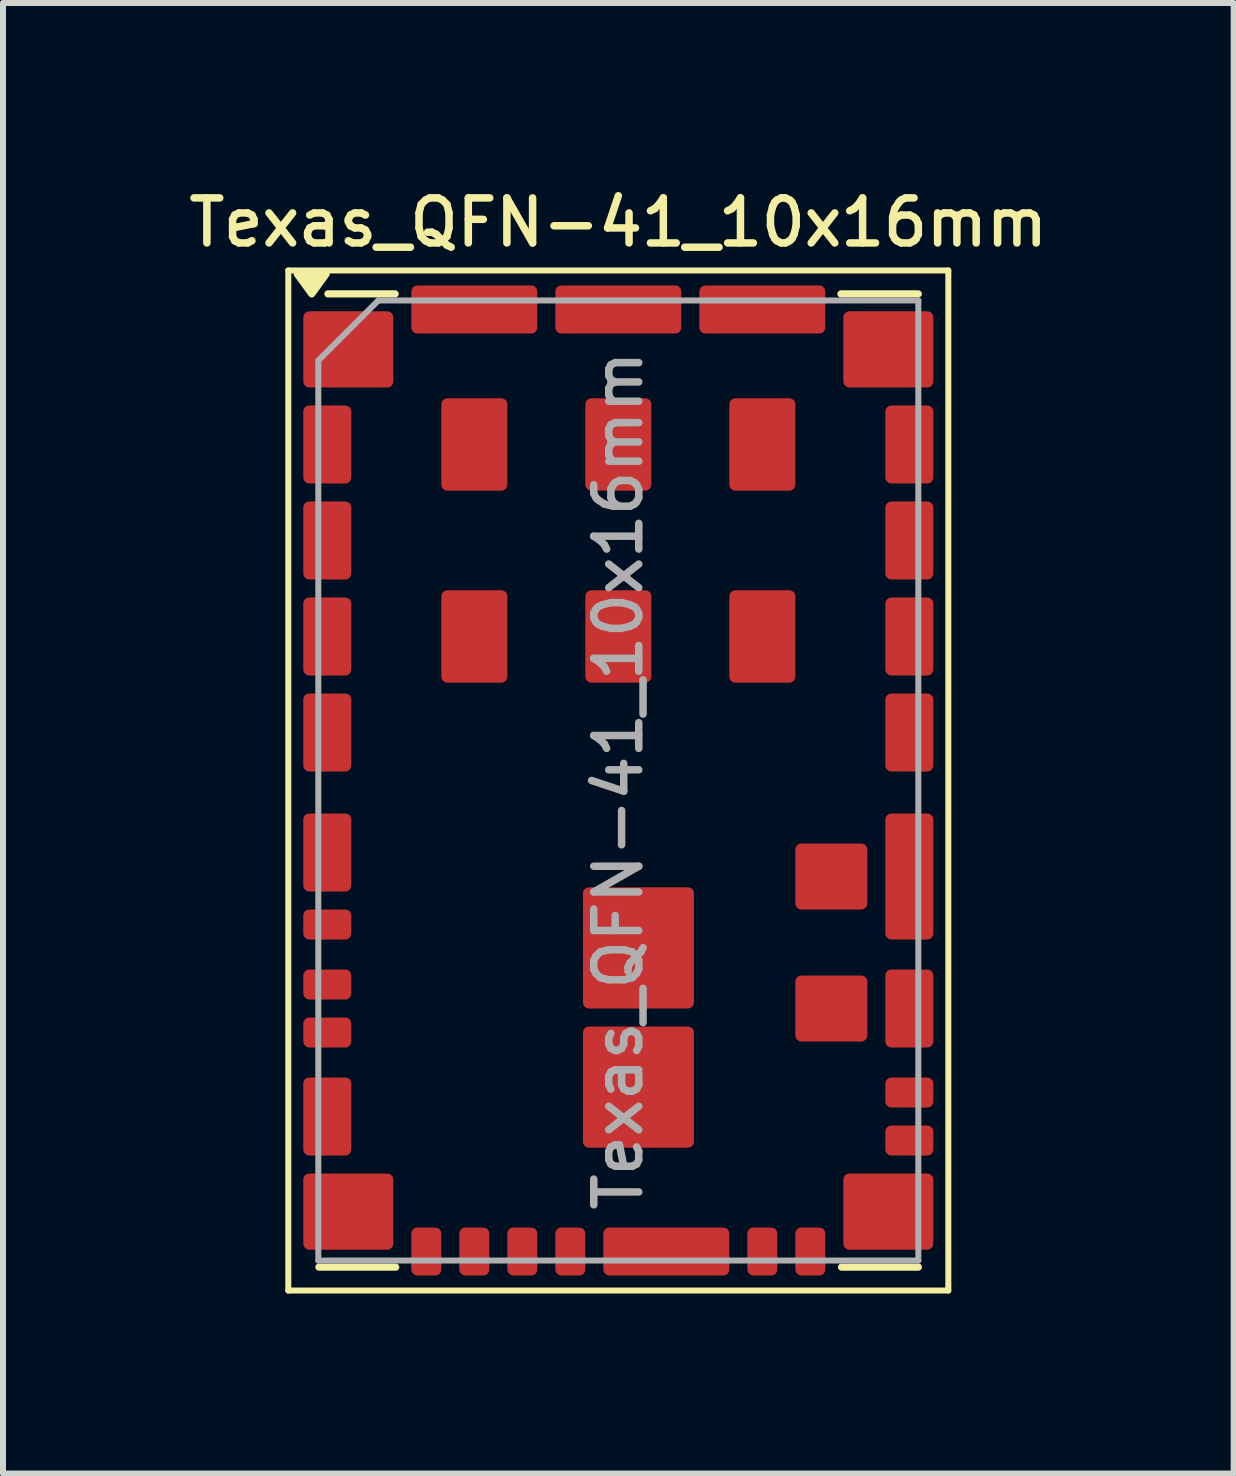
<source format=kicad_pcb>
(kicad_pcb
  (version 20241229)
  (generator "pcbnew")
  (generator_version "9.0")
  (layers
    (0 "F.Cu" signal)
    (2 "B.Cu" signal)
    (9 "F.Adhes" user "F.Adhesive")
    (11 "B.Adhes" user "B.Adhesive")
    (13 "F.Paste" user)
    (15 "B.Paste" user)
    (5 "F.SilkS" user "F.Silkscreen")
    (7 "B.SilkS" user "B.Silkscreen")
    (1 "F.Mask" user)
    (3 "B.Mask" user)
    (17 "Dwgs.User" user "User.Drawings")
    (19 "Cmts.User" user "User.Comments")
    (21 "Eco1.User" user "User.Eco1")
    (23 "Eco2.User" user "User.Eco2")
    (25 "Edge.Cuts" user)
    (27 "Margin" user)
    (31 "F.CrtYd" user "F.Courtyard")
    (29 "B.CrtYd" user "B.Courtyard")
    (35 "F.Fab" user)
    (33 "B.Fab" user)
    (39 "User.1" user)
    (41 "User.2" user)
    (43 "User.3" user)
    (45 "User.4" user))
  (footprint "Texas_QFN-41_10x16mm"
    (layer "F.Cu")
    (at 7.255 9.958)
    (property "Reference" "Texas_QFN-41_10x16mm" (at 0 -9.3 0) (layer "F.SilkS") (effects (font (size 0.75 0.75) (thickness 0.125))))
    (attr smd)
    (fp_line (start -5.5 -8.5) (end -5.5 8.5) (stroke (width 0.1) (type solid)) (layer "F.SilkS"))
    (fp_line (start -5.5 8.5) (end 5.5 8.5) (stroke (width 0.1) (type solid)) (layer "F.SilkS"))
    (fp_line (start -3.72 -8.11) (end -4.84 -8.11) (stroke (width 0.12) (type solid)) (layer "F.SilkS"))
    (fp_line (start -3.71 8.11) (end -4.99 8.11) (stroke (width 0.12) (type solid)) (layer "F.SilkS"))
    (fp_line (start 5 -8.11) (end 3.71 -8.11) (stroke (width 0.12) (type solid)) (layer "F.SilkS"))
    (fp_line (start 5 8.11) (end 3.72 8.11) (stroke (width 0.12) (type solid)) (layer "F.SilkS"))
    (fp_line (start 5.5 -8.5) (end -5.5 -8.5) (stroke (width 0.1) (type solid)) (layer "F.SilkS"))
    (fp_line (start 5.5 8.5) (end 5.5 -8.5) (stroke (width 0.1) (type solid)) (layer "F.SilkS"))
    (fp_poly (pts (xy -5.11 -8.11) (xy -5.35 -8.44) (xy -4.87 -8.44) (xy -5.11 -8.11)) (stroke (width 0.12) (type solid)) (fill yes) (layer "F.SilkS"))
    (fp_line (start -5 -7) (end -5 8) (stroke (width 0.1) (type solid)) (layer "F.Fab"))
    (fp_line (start -5 -7) (end -4 -8) (stroke (width 0.1) (type solid)) (layer "F.Fab"))
    (fp_line (start -5 8) (end 5 8) (stroke (width 0.1) (type solid)) (layer "F.Fab"))
    (fp_line (start -4 -8) (end 5 -8) (stroke (width 0.1) (type solid)) (layer "F.Fab"))
    (fp_line (start 5 -8) (end 5 8) (stroke (width 0.1) (type solid)) (layer "F.Fab"))
    (fp_text user "${REFERENCE}" (at 0 0 90) (layer "F.Fab") (effects (font (size 0.75 0.75) (thickness 0.125))))
    (pad "" smd custom (at -4.635 -5.6) (size 0.27 0.6) (layers "F.Mask" "F.Paste") (options (anchor rect)) (primitives (gr_poly (pts (xy 0.035 0.5) (xy -0.465 0.5) (xy -0.465 0.3) (xy 0.035 0.3)) (width 0.2) (fill yes)) (gr_poly (pts (xy 0.035 -0.3) (xy -0.465 -0.3) (xy -0.465 -0.5) (xy 0.035 -0.5)) (width 0.2) (fill yes)) (gr_arc (start -0.035 0.1) (mid -0.093579 0.241421) (end -0.235 0.3) (width 0.2)) (gr_arc (start -0.235 -0.3) (mid -0.093579 -0.241421) (end -0.035 -0.1) (width 0.2))))
    (pad "" smd custom (at -4.635 -4) (size 0.27 0.6) (layers "F.Mask" "F.Paste") (options (anchor rect)) (primitives (gr_poly (pts (xy 0.035 0.5) (xy -0.465 0.5) (xy -0.465 0.3) (xy 0.035 0.3)) (width 0.2) (fill yes)) (gr_poly (pts (xy 0.035 -0.3) (xy -0.465 -0.3) (xy -0.465 -0.5) (xy 0.035 -0.5)) (width 0.2) (fill yes)) (gr_arc (start -0.035 0.1) (mid -0.093579 0.241421) (end -0.235 0.3) (width 0.2)) (gr_arc (start -0.235 -0.3) (mid -0.093579 -0.241421) (end -0.035 -0.1) (width 0.2))))
    (pad "" smd custom (at -4.635 -2.4) (size 0.27 0.6) (layers "F.Mask" "F.Paste") (options (anchor rect)) (primitives (gr_poly (pts (xy 0.035 0.5) (xy -0.465 0.5) (xy -0.465 0.3) (xy 0.035 0.3)) (width 0.2) (fill yes)) (gr_poly (pts (xy 0.035 -0.3) (xy -0.465 -0.3) (xy -0.465 -0.5) (xy 0.035 -0.5)) (width 0.2) (fill yes)) (gr_arc (start -0.035 0.1) (mid -0.093579 0.241421) (end -0.235 0.3) (width 0.2)) (gr_arc (start -0.235 -0.3) (mid -0.093579 -0.241421) (end -0.035 -0.1) (width 0.2))))
    (pad "" smd custom (at -4.635 -0.8) (size 0.27 0.6) (layers "F.Mask" "F.Paste") (options (anchor rect)) (primitives (gr_poly (pts (xy 0.035 0.5) (xy -0.465 0.5) (xy -0.465 0.3) (xy 0.035 0.3)) (width 0.2) (fill yes)) (gr_poly (pts (xy 0.035 -0.3) (xy -0.465 -0.3) (xy -0.465 -0.5) (xy 0.035 -0.5)) (width 0.2) (fill yes)) (gr_arc (start -0.035 0.1) (mid -0.093579 0.241421) (end -0.235 0.3) (width 0.2)) (gr_arc (start -0.235 -0.3) (mid -0.093579 -0.241421) (end -0.035 -0.1) (width 0.2))))
    (pad "" smd custom (at -4.635 1.2) (size 0.27 0.6) (layers "F.Mask" "F.Paste") (options (anchor rect)) (primitives (gr_poly (pts (xy 0.035 0.5) (xy -0.465 0.5) (xy -0.465 0.3) (xy 0.035 0.3)) (width 0.2) (fill yes)) (gr_poly (pts (xy 0.035 -0.3) (xy -0.465 -0.3) (xy -0.465 -0.5) (xy 0.035 -0.5)) (width 0.2) (fill yes)) (gr_arc (start -0.035 0.1) (mid -0.093579 0.241421) (end -0.235 0.3) (width 0.2)) (gr_arc (start -0.235 -0.3) (mid -0.093579 -0.241421) (end -0.035 -0.1) (width 0.2))))
    (pad "" smd custom (at -4.635 5.6) (size 0.27 0.6) (layers "F.Mask" "F.Paste") (options (anchor rect)) (primitives (gr_poly (pts (xy 0.035 0.5) (xy -0.465 0.5) (xy -0.465 0.3) (xy 0.035 0.3)) (width 0.2) (fill yes)) (gr_poly (pts (xy 0.035 -0.3) (xy -0.465 -0.3) (xy -0.465 -0.5) (xy 0.035 -0.5)) (width 0.2) (fill yes)) (gr_arc (start -0.035 0.1) (mid -0.093579 0.241421) (end -0.235 0.3) (width 0.2)) (gr_arc (start -0.235 -0.3) (mid -0.093579 -0.241421) (end -0.035 -0.1) (width 0.2))))
    (pad "" smd custom (at -4.285 -7.185) (size 0.87 0.87) (layers "F.Paste") (options (anchor rect)) (primitives (gr_poly (pts (xy 0.385 0.485) (xy -0.81 0.485) (xy -0.81 0.285) (xy -0.385 0.285) (xy -0.385 -0.375) (xy 0.385 -0.375)) (width 0.2) (fill yes)) (gr_arc (start -0.385 0.085) (mid -0.443579 0.226421) (end -0.585 0.285) (width 0.2))))
    (pad "" smd custom (at -4.285 -7.185) (size 0.87 1.07) (layers "F.Mask") (options (anchor rect)) (primitives (gr_poly (pts (xy 0.385 0.485) (xy -0.81 0.485) (xy -0.81 0.285) (xy -0.385 0.285) (xy -0.385 -0.485) (xy 0.385 -0.485)) (width 0.2) (fill yes)) (gr_arc (start -0.385 0.085) (mid -0.443579 0.226421) (end -0.585 0.285) (width 0.2))))
    (pad "" smd custom (at -4.285 7.185) (size 0.87 0.87) (layers "F.Paste") (options (anchor rect)) (primitives (gr_poly (pts (xy 0.385 0.375) (xy -0.385 0.375) (xy -0.385 -0.285) (xy -0.81 -0.285) (xy -0.81 -0.485) (xy 0.385 -0.485)) (width 0.2) (fill yes)) (gr_arc (start -0.585 -0.285) (mid -0.443579 -0.226421) (end -0.385 -0.085) (width 0.2))))
    (pad "" smd custom (at -4.285 7.185) (size 0.87 1.07) (layers "F.Mask") (options (anchor rect)) (primitives (gr_poly (pts (xy 0.385 0.485) (xy -0.385 0.485) (xy -0.385 -0.285) (xy -0.81 -0.285) (xy -0.81 -0.485) (xy 0.385 -0.485)) (width 0.2) (fill yes)) (gr_arc (start -0.585 -0.285) (mid -0.443579 -0.226421) (end -0.385 -0.085) (width 0.2))))
    (pad "" smd custom (at -2.4 -7.635 270) (size 0.27 1.6) (layers "F.Mask" "F.Paste") (options (anchor rect)) (primitives (gr_poly (pts (xy 0.035 0.1) (xy -0.465 0.1) (xy -0.465 -0.1) (xy 0.035 -0.1)) (width 0.2) (fill yes)) (gr_poly (pts (xy 0.035 -0.7) (xy -0.465 -0.7) (xy -0.465 -0.9) (xy 0.035 -0.9)) (width 0.2) (fill yes)) (gr_arc (start -0.035 -0.3) (mid -0.093579 -0.158579) (end -0.235 -0.1) (width 0.2)) (gr_arc (start -0.235 -0.7) (mid -0.093579 -0.641421) (end -0.035 -0.5) (width 0.2)) (gr_poly (pts (xy 0.035 0.9) (xy -0.465 0.9) (xy -0.465 0.7) (xy 0.035 0.7)) (width 0.2) (fill yes)) (gr_arc (start -0.235 0.1) (mid -0.093579 0.158579) (end -0.035 0.3) (width 0.2)) (gr_arc (start -0.035 0.5) (mid -0.093579 0.641421) (end -0.235 0.7) (width 0.2))))
    (pad "" smd custom (at 0 -7.635 270) (size 0.27 1.6) (layers "F.Mask" "F.Paste") (options (anchor rect)) (primitives (gr_poly (pts (xy 0.035 0.1) (xy -0.465 0.1) (xy -0.465 -0.1) (xy 0.035 -0.1)) (width 0.2) (fill yes)) (gr_poly (pts (xy 0.035 -0.7) (xy -0.465 -0.7) (xy -0.465 -0.9) (xy 0.035 -0.9)) (width 0.2) (fill yes)) (gr_arc (start -0.035 -0.3) (mid -0.093579 -0.158579) (end -0.235 -0.1) (width 0.2)) (gr_arc (start -0.235 -0.7) (mid -0.093579 -0.641421) (end -0.035 -0.5) (width 0.2)) (gr_poly (pts (xy 0.035 0.9) (xy -0.465 0.9) (xy -0.465 0.7) (xy 0.035 0.7)) (width 0.2) (fill yes)) (gr_arc (start -0.235 0.1) (mid -0.093579 0.158579) (end -0.035 0.3) (width 0.2)) (gr_arc (start -0.035 0.5) (mid -0.093579 0.641421) (end -0.235 0.7) (width 0.2))))
    (pad "" smd custom (at 0.8 7.635 90) (size 0.27 1.6) (layers "F.Mask" "F.Paste") (options (anchor rect)) (primitives (gr_poly (pts (xy 0.035 0.1) (xy -0.465 0.1) (xy -0.465 -0.1) (xy 0.035 -0.1)) (width 0.2) (fill yes)) (gr_poly (pts (xy 0.035 -0.7) (xy -0.465 -0.7) (xy -0.465 -0.9) (xy 0.035 -0.9)) (width 0.2) (fill yes)) (gr_arc (start -0.035 -0.3) (mid -0.093579 -0.158579) (end -0.235 -0.1) (width 0.2)) (gr_arc (start -0.235 -0.7) (mid -0.093579 -0.641421) (end -0.035 -0.5) (width 0.2)) (gr_poly (pts (xy 0.035 0.9) (xy -0.465 0.9) (xy -0.465 0.7) (xy 0.035 0.7)) (width 0.2) (fill yes)) (gr_arc (start -0.235 0.1) (mid -0.093579 0.158579) (end -0.035 0.3) (width 0.2)) (gr_arc (start -0.035 0.5) (mid -0.093579 0.641421) (end -0.235 0.7) (width 0.2))))
    (pad "" smd custom (at 2.4 -7.635 270) (size 0.27 1.6) (layers "F.Mask" "F.Paste") (options (anchor rect)) (primitives (gr_poly (pts (xy 0.035 0.1) (xy -0.465 0.1) (xy -0.465 -0.1) (xy 0.035 -0.1)) (width 0.2) (fill yes)) (gr_poly (pts (xy 0.035 -0.7) (xy -0.465 -0.7) (xy -0.465 -0.9) (xy 0.035 -0.9)) (width 0.2) (fill yes)) (gr_arc (start -0.035 -0.3) (mid -0.093579 -0.158579) (end -0.235 -0.1) (width 0.2)) (gr_arc (start -0.235 -0.7) (mid -0.093579 -0.641421) (end -0.035 -0.5) (width 0.2)) (gr_poly (pts (xy 0.035 0.9) (xy -0.465 0.9) (xy -0.465 0.7) (xy 0.035 0.7)) (width 0.2) (fill yes)) (gr_arc (start -0.235 0.1) (mid -0.093579 0.158579) (end -0.035 0.3) (width 0.2)) (gr_arc (start -0.035 0.5) (mid -0.093579 0.641421) (end -0.235 0.7) (width 0.2))))
    (pad "" smd custom (at 4.285 -7.185 180) (size 0.87 0.87) (layers "F.Paste") (options (anchor rect)) (primitives (gr_poly (pts (xy 0.385 0.375) (xy -0.385 0.375) (xy -0.385 -0.285) (xy -0.81 -0.285) (xy -0.81 -0.485) (xy 0.385 -0.485)) (width 0.2) (fill yes)) (gr_arc (start -0.585 -0.285) (mid -0.443579 -0.226421) (end -0.385 -0.085) (width 0.2))))
    (pad "" smd custom (at 4.285 -7.185 180) (size 0.87 1.07) (layers "F.Mask") (options (anchor rect)) (primitives (gr_poly (pts (xy 0.385 0.485) (xy -0.385 0.485) (xy -0.385 -0.285) (xy -0.81 -0.285) (xy -0.81 -0.485) (xy 0.385 -0.485)) (width 0.2) (fill yes)) (gr_arc (start -0.585 -0.285) (mid -0.443579 -0.226421) (end -0.385 -0.085) (width 0.2))))
    (pad "" smd custom (at 4.285 7.185 180) (size 0.87 0.87) (layers "F.Paste") (options (anchor rect)) (primitives (gr_poly (pts (xy 0.385 0.485) (xy -0.81 0.485) (xy -0.81 0.285) (xy -0.385 0.285) (xy -0.385 -0.375) (xy 0.385 -0.375)) (width 0.2) (fill yes)) (gr_arc (start -0.385 0.085) (mid -0.443579 0.226421) (end -0.585 0.285) (width 0.2))))
    (pad "" smd custom (at 4.285 7.185 180) (size 0.87 1.07) (layers "F.Mask") (options (anchor rect)) (primitives (gr_poly (pts (xy 0.385 0.485) (xy -0.81 0.485) (xy -0.81 0.285) (xy -0.385 0.285) (xy -0.385 -0.485) (xy 0.385 -0.485)) (width 0.2) (fill yes)) (gr_arc (start -0.385 0.085) (mid -0.443579 0.226421) (end -0.585 0.285) (width 0.2))))
    (pad "" smd custom (at 4.635 -5.6 180) (size 0.27 0.6) (layers "F.Mask" "F.Paste") (options (anchor rect)) (primitives (gr_poly (pts (xy 0.035 0.5) (xy -0.465 0.5) (xy -0.465 0.3) (xy 0.035 0.3)) (width 0.2) (fill yes)) (gr_poly (pts (xy 0.035 -0.3) (xy -0.465 -0.3) (xy -0.465 -0.5) (xy 0.035 -0.5)) (width 0.2) (fill yes)) (gr_arc (start -0.035 0.1) (mid -0.093579 0.241421) (end -0.235 0.3) (width 0.2)) (gr_arc (start -0.235 -0.3) (mid -0.093579 -0.241421) (end -0.035 -0.1) (width 0.2))))
    (pad "" smd custom (at 4.635 -4 180) (size 0.27 0.6) (layers "F.Mask" "F.Paste") (options (anchor rect)) (primitives (gr_poly (pts (xy 0.035 0.5) (xy -0.465 0.5) (xy -0.465 0.3) (xy 0.035 0.3)) (width 0.2) (fill yes)) (gr_poly (pts (xy 0.035 -0.3) (xy -0.465 -0.3) (xy -0.465 -0.5) (xy 0.035 -0.5)) (width 0.2) (fill yes)) (gr_arc (start -0.035 0.1) (mid -0.093579 0.241421) (end -0.235 0.3) (width 0.2)) (gr_arc (start -0.235 -0.3) (mid -0.093579 -0.241421) (end -0.035 -0.1) (width 0.2))))
    (pad "" smd custom (at 4.635 -2.4 180) (size 0.27 0.6) (layers "F.Mask" "F.Paste") (options (anchor rect)) (primitives (gr_poly (pts (xy 0.035 0.5) (xy -0.465 0.5) (xy -0.465 0.3) (xy 0.035 0.3)) (width 0.2) (fill yes)) (gr_poly (pts (xy 0.035 -0.3) (xy -0.465 -0.3) (xy -0.465 -0.5) (xy 0.035 -0.5)) (width 0.2) (fill yes)) (gr_arc (start -0.035 0.1) (mid -0.093579 0.241421) (end -0.235 0.3) (width 0.2)) (gr_arc (start -0.235 -0.3) (mid -0.093579 -0.241421) (end -0.035 -0.1) (width 0.2))))
    (pad "" smd custom (at 4.635 -0.8 180) (size 0.27 0.6) (layers "F.Mask" "F.Paste") (options (anchor rect)) (primitives (gr_poly (pts (xy 0.035 0.5) (xy -0.465 0.5) (xy -0.465 0.3) (xy 0.035 0.3)) (width 0.2) (fill yes)) (gr_poly (pts (xy 0.035 -0.3) (xy -0.465 -0.3) (xy -0.465 -0.5) (xy 0.035 -0.5)) (width 0.2) (fill yes)) (gr_arc (start -0.035 0.1) (mid -0.093579 0.241421) (end -0.235 0.3) (width 0.2)) (gr_arc (start -0.235 -0.3) (mid -0.093579 -0.241421) (end -0.035 -0.1) (width 0.2))))
    (pad "" smd custom (at 4.635 1.6 180) (size 0.27 1.6) (layers "F.Mask" "F.Paste") (options (anchor rect)) (primitives (gr_poly (pts (xy 0.035 0.1) (xy -0.465 0.1) (xy -0.465 -0.1) (xy 0.035 -0.1)) (width 0.2) (fill yes)) (gr_poly (pts (xy 0.035 -0.7) (xy -0.465 -0.7) (xy -0.465 -0.9) (xy 0.035 -0.9)) (width 0.2) (fill yes)) (gr_arc (start -0.035 -0.3) (mid -0.093579 -0.158579) (end -0.235 -0.1) (width 0.2)) (gr_arc (start -0.235 -0.7) (mid -0.093579 -0.641421) (end -0.035 -0.5) (width 0.2)) (gr_poly (pts (xy 0.035 0.9) (xy -0.465 0.9) (xy -0.465 0.7) (xy 0.035 0.7)) (width 0.2) (fill yes)) (gr_arc (start -0.235 0.1) (mid -0.093579 0.158579) (end -0.035 0.3) (width 0.2)) (gr_arc (start -0.035 0.5) (mid -0.093579 0.641421) (end -0.235 0.7) (width 0.2))))
    (pad "" smd custom (at 4.635 3.8 180) (size 0.27 0.6) (layers "F.Mask" "F.Paste") (options (anchor rect)) (primitives (gr_poly (pts (xy 0.035 0.5) (xy -0.465 0.5) (xy -0.465 0.3) (xy 0.035 0.3)) (width 0.2) (fill yes)) (gr_poly (pts (xy 0.035 -0.3) (xy -0.465 -0.3) (xy -0.465 -0.5) (xy 0.035 -0.5)) (width 0.2) (fill yes)) (gr_arc (start -0.035 0.1) (mid -0.093579 0.241421) (end -0.235 0.3) (width 0.2)) (gr_arc (start -0.235 -0.3) (mid -0.093579 -0.241421) (end -0.035 -0.1) (width 0.2))))
    (pad "1" smd roundrect (at -4.5 -7.185) (size 1.5 1.27) (layers "F.Cu") (roundrect_rratio 0.079))
    (pad "2" smd roundrect (at -4.85 -5.6) (size 0.8 1.3) (layers "F.Cu") (roundrect_rratio 0.125))
    (pad "3" smd roundrect (at -4.85 -4) (size 0.8 1.3) (layers "F.Cu") (roundrect_rratio 0.125))
    (pad "4" smd roundrect (at -4.85 -2.4) (size 0.8 1.3) (layers "F.Cu") (roundrect_rratio 0.125))
    (pad "5" smd roundrect (at -4.85 -0.8) (size 0.8 1.3) (layers "F.Cu") (roundrect_rratio 0.125))
    (pad "6" smd roundrect (at -4.85 1.2) (size 0.8 1.3) (layers "F.Cu") (roundrect_rratio 0.125))
    (pad "7" smd roundrect (at -4.85 2.4) (size 0.8 0.5) (layers "F.Cu" "F.Mask" "F.Paste") (roundrect_rratio 0.2))
    (pad "8" smd roundrect (at -4.85 3.4) (size 0.8 0.5) (layers "F.Cu" "F.Mask" "F.Paste") (roundrect_rratio 0.2))
    (pad "9" smd roundrect (at -4.85 4.2) (size 0.8 0.5) (layers "F.Cu" "F.Mask" "F.Paste") (roundrect_rratio 0.2))
    (pad "10" smd roundrect (at -4.85 5.6) (size 0.8 1.3) (layers "F.Cu") (roundrect_rratio 0.125))
    (pad "11" smd roundrect (at -4.5 7.185) (size 1.5 1.27) (layers "F.Cu") (roundrect_rratio 0.079))
    (pad "12" smd roundrect (at -3.2 7.85 90) (size 0.8 0.5) (layers "F.Cu" "F.Mask" "F.Paste") (roundrect_rratio 0.2))
    (pad "13" smd roundrect (at -2.4 7.85 90) (size 0.8 0.5) (layers "F.Cu" "F.Mask" "F.Paste") (roundrect_rratio 0.2))
    (pad "14" smd roundrect (at -1.6 7.85 90) (size 0.8 0.5) (layers "F.Cu" "F.Mask" "F.Paste") (roundrect_rratio 0.2))
    (pad "15" smd roundrect (at -0.8 7.85 90) (size 0.8 0.5) (layers "F.Cu" "F.Mask" "F.Paste") (roundrect_rratio 0.2))
    (pad "16" smd roundrect (at 0.8 7.85 90) (size 0.8 2.1) (layers "F.Cu") (roundrect_rratio 0.125))
    (pad "17" smd roundrect (at 2.4 7.85 90) (size 0.8 0.5) (layers "F.Cu" "F.Mask" "F.Paste") (roundrect_rratio 0.2))
    (pad "18" smd roundrect (at 3.2 7.85 90) (size 0.8 0.5) (layers "F.Cu" "F.Mask" "F.Paste") (roundrect_rratio 0.2))
    (pad "19" smd roundrect (at 4.5 7.185 180) (size 1.5 1.27) (layers "F.Cu") (roundrect_rratio 0.079))
    (pad "20" smd roundrect (at 4.85 6) (size 0.8 0.5) (layers "F.Cu" "F.Mask" "F.Paste") (roundrect_rratio 0.2))
    (pad "21" smd roundrect (at 4.85 5.2) (size 0.8 0.5) (layers "F.Cu" "F.Mask" "F.Paste") (roundrect_rratio 0.2))
    (pad "22" smd roundrect (at 4.85 3.8 180) (size 0.8 1.3) (layers "F.Cu") (roundrect_rratio 0.125))
    (pad "23" smd roundrect (at 4.85 1.6 180) (size 0.8 2.1) (layers "F.Cu") (roundrect_rratio 0.125))
    (pad "24" smd roundrect (at 4.85 -0.8 180) (size 0.8 1.3) (layers "F.Cu") (roundrect_rratio 0.125))
    (pad "25" smd roundrect (at 4.85 -2.4 180) (size 0.8 1.3) (layers "F.Cu") (roundrect_rratio 0.125))
    (pad "26" smd roundrect (at 4.85 -4 180) (size 0.8 1.3) (layers "F.Cu") (roundrect_rratio 0.125))
    (pad "27" smd roundrect (at 4.85 -5.6 180) (size 0.8 1.3) (layers "F.Cu") (roundrect_rratio 0.125))
    (pad "28" smd roundrect (at 4.5 -7.185 180) (size 1.5 1.27) (layers "F.Cu") (roundrect_rratio 0.079))
    (pad "29" smd roundrect (at 2.4 -7.85 270) (size 0.8 2.1) (layers "F.Cu") (roundrect_rratio 0.125))
    (pad "30" smd roundrect (at 0 -7.85 270) (size 0.8 2.1) (layers "F.Cu") (roundrect_rratio 0.125))
    (pad "31" smd roundrect (at -2.4 -7.85 270) (size 0.8 2.1) (layers "F.Cu") (roundrect_rratio 0.125))
    (pad "32" smd roundrect (at -2.4 -5.6) (size 1.1 1.54) (layers "F.Cu" "F.Mask" "F.Paste") (roundrect_rratio 0.091))
    (pad "33" smd roundrect (at -2.4 -2.4) (size 1.1 1.54) (layers "F.Cu" "F.Mask" "F.Paste") (roundrect_rratio 0.091))
    (pad "34" smd roundrect (at 0 -5.6) (size 1.1 1.54) (layers "F.Cu" "F.Mask" "F.Paste") (roundrect_rratio 0.091))
    (pad "35" smd roundrect (at 0 -2.4) (size 1.1 1.54) (layers "F.Cu" "F.Mask" "F.Paste") (roundrect_rratio 0.091))
    (pad "36" smd roundrect (at 2.4 -5.6) (size 1.1 1.54) (layers "F.Cu" "F.Mask" "F.Paste") (roundrect_rratio 0.091))
    (pad "37" smd roundrect (at 2.4 -2.4) (size 1.1 1.54) (layers "F.Cu" "F.Mask" "F.Paste") (roundrect_rratio 0.091))
    (pad "38" smd roundrect (at 3.55 1.6) (size 1.2 1.1) (layers "F.Cu" "F.Mask" "F.Paste") (roundrect_rratio 0.091))
    (pad "39" smd roundrect (at 3.55 3.8) (size 1.2 1.1) (layers "F.Cu" "F.Mask" "F.Paste") (roundrect_rratio 0.091))
    (pad "40" smd roundrect (at 0.335 2.79) (size 1.85 2.02) (layers "F.Cu" "F.Mask" "F.Paste") (roundrect_rratio 0.054))
    (pad "41" smd roundrect (at 0.335 5.11) (size 1.85 2.02) (layers "F.Cu" "F.Mask" "F.Paste") (roundrect_rratio 0.054)))
  (gr_rect
    (start -3 -3)
    (end 17.511 21.508)
    (stroke (width 0.1) (type default))
    (fill no)
    (layer "Edge.Cuts")))
</source>
